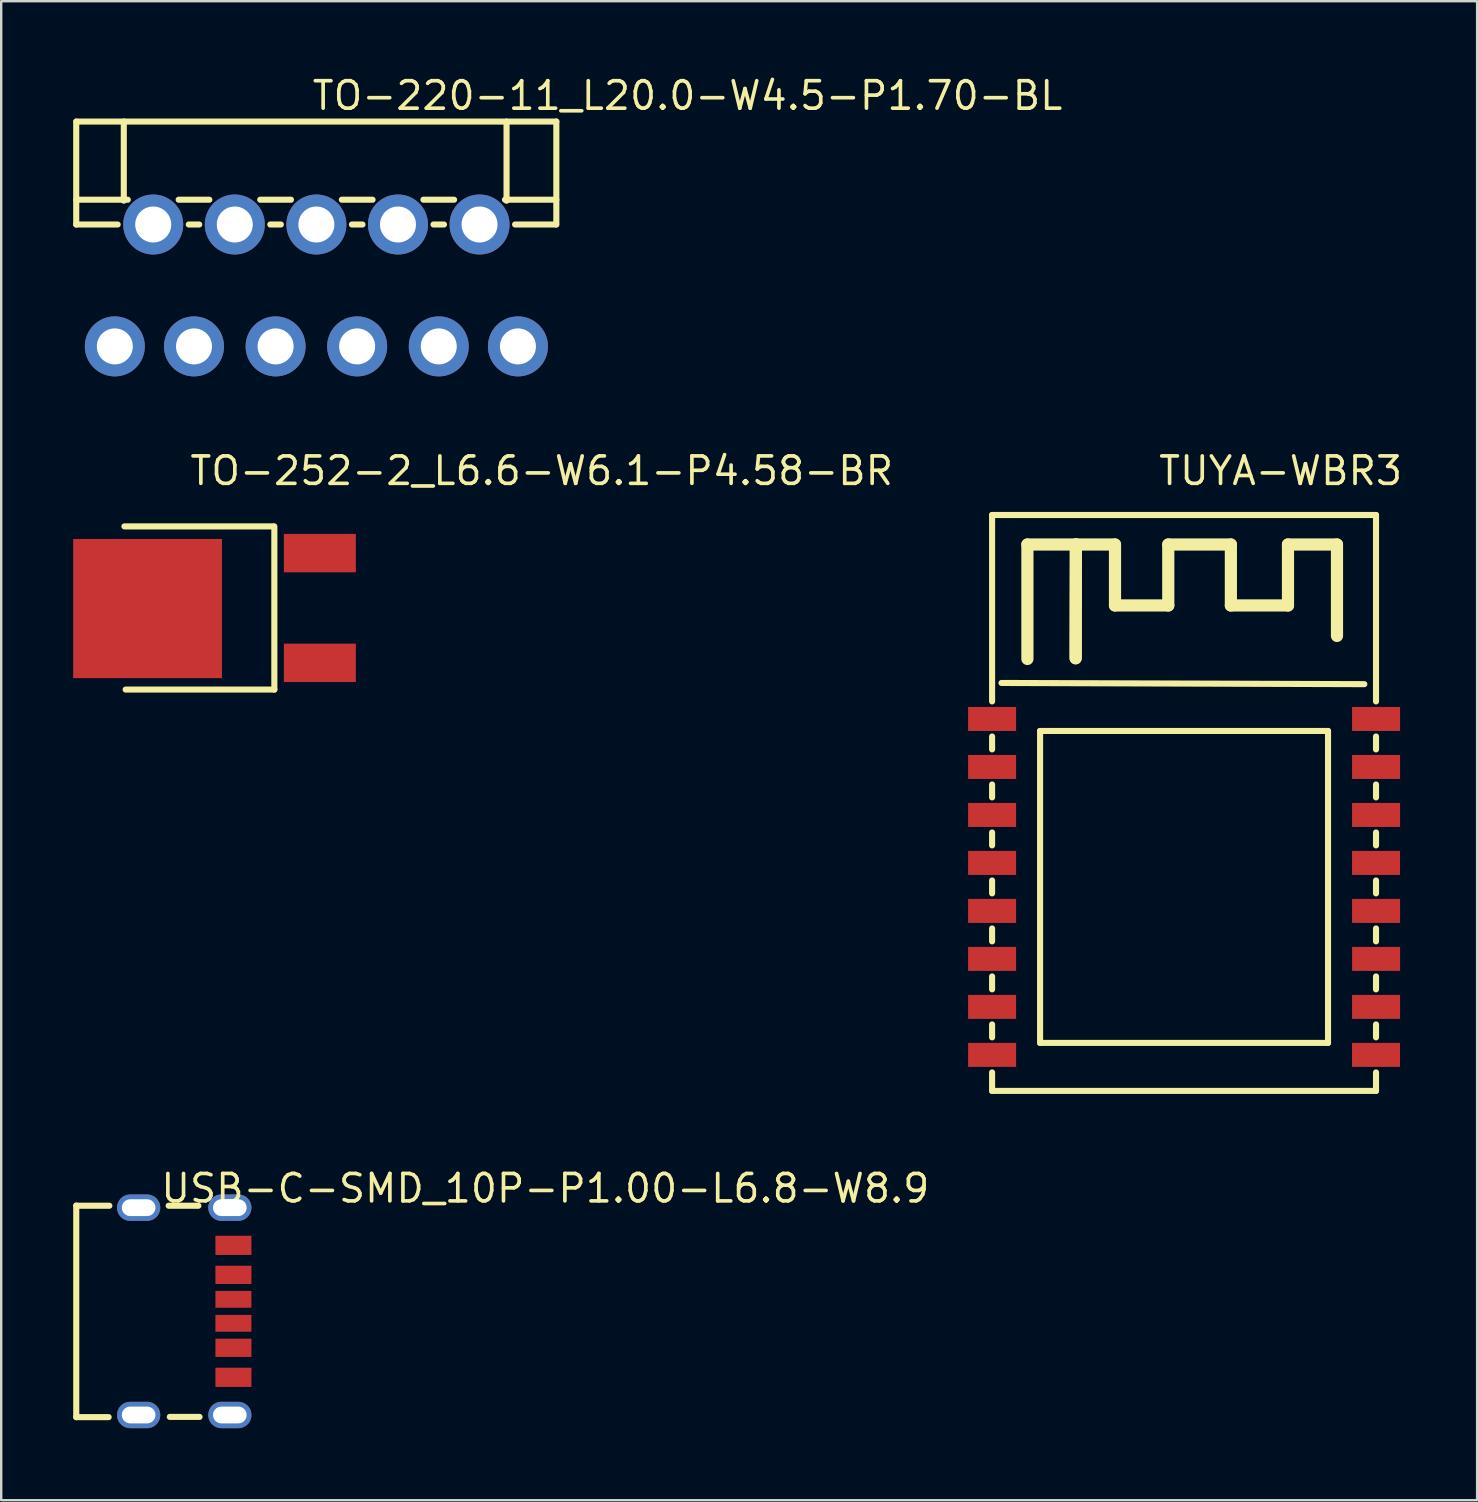
<source format=kicad_pcb>
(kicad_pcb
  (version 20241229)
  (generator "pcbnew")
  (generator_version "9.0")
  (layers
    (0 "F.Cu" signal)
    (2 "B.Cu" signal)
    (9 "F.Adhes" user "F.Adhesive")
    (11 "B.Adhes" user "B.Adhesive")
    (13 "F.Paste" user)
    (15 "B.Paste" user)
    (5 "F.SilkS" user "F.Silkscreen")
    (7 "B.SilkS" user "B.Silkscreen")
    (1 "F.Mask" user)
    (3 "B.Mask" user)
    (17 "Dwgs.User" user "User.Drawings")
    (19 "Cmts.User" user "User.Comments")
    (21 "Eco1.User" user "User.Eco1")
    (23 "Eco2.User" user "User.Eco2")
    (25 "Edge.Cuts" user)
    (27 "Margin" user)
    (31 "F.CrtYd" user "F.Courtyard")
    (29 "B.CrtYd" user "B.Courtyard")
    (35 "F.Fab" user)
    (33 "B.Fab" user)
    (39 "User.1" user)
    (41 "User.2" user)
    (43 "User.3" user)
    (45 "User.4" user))
  (footprint "TO-252-2_L6.6-W6.1-P4.58-BR"
    (layer "F.Cu")
    (at 6.69 22.287)
    (property "Reference" "TO-252-2_L6.6-W6.1-P4.58-BR" (at -1.905 -5.715 0) (layer "F.SilkS") (effects (font (size 1.143 1.143) (thickness 0.152)) (justify left)))
    (attr smd)
    (fp_line (start 1.642 -3.4) (end -4.555 -3.4) (stroke (width 0.254) (type solid)) (layer "F.SilkS"))
    (fp_line (start 1.693 -3.4) (end 1.693 3.4) (stroke (width 0.254) (type solid)) (layer "F.SilkS"))
    (fp_line (start 1.693 3.4) (end -4.504 3.4) (stroke (width 0.254) (type solid)) (layer "F.SilkS"))
    (pad "1" smd rect (at 3.59 2.286 90) (size 1.6 3) (layers "F.Cu" "F.Mask" "F.Paste"))
    (pad "2" smd rect (at -3.59 0.025 90) (size 5.8 6.2) (layers "F.Cu" "F.Mask" "F.Paste"))
    (pad "3" smd rect (at 3.59 -2.286 90) (size 1.6 3) (layers "F.Cu" "F.Mask" "F.Paste")))
  (footprint "TO-220-11_L20.0-W4.5-P1.70-BL"
    (layer "F.Cu")
    (at 10.135 8.846)
    (property "Reference" "TO-220-11_L20.0-W4.5-P1.70-BL" (at -0.254 -7.91 0) (layer "F.SilkS") (effects (font (size 1.143 1.143) (thickness 0.152)) (justify left)))
    (attr through_hole)
    (fp_line (start -10.008 -6.83) (end -10.008 -2.54) (stroke (width 0.254) (type solid)) (layer "F.SilkS"))
    (fp_line (start -10.008 -3.573) (end -7.86 -3.573) (stroke (width 0.254) (type solid)) (layer "F.SilkS"))
    (fp_line (start -10 -6.83) (end 10 -6.83) (stroke (width 0.254) (type solid)) (layer "F.SilkS"))
    (fp_line (start -8.281 -2.54) (end -10.008 -2.54) (stroke (width 0.254) (type solid)) (layer "F.SilkS"))
    (fp_line (start -8.026 -6.833) (end -8.026 -3.533) (stroke (width 0.254) (type solid)) (layer "F.SilkS"))
    (fp_line (start -5.739 -3.573) (end -4.461 -3.573) (stroke (width 0.254) (type solid)) (layer "F.SilkS"))
    (fp_line (start -4.882 -2.54) (end -5.318 -2.54) (stroke (width 0.254) (type solid)) (layer "F.SilkS"))
    (fp_line (start -2.341 -3.573) (end -1.06 -3.573) (stroke (width 0.254) (type solid)) (layer "F.SilkS"))
    (fp_line (start -1.481 -2.54) (end -1.92 -2.54) (stroke (width 0.254) (type solid)) (layer "F.SilkS"))
    (fp_line (start 1.06 -3.573) (end 2.341 -3.573) (stroke (width 0.254) (type solid)) (layer "F.SilkS"))
    (fp_line (start 1.92 -2.54) (end 1.481 -2.54) (stroke (width 0.254) (type solid)) (layer "F.SilkS"))
    (fp_line (start 4.461 -3.573) (end 5.739 -3.573) (stroke (width 0.254) (type solid)) (layer "F.SilkS"))
    (fp_line (start 5.318 -2.54) (end 4.882 -2.54) (stroke (width 0.254) (type solid)) (layer "F.SilkS"))
    (fp_line (start 7.86 -3.573) (end 10 -3.573) (stroke (width 0.254) (type solid)) (layer "F.SilkS"))
    (fp_line (start 7.925 -6.831) (end 7.925 -3.531) (stroke (width 0.254) (type solid)) (layer "F.SilkS"))
    (fp_line (start 9.992 -2.54) (end 8.281 -2.54) (stroke (width 0.254) (type solid)) (layer "F.SilkS"))
    (fp_line (start 10 -6.83) (end 10 -2.54) (stroke (width 0.254) (type solid)) (layer "F.SilkS"))
    (pad "1" thru_hole circle (at -8.4 2.54) (size 2.5 2.5) (drill 1.5) (layers "*.Cu" "*.Mask"))
    (pad "2" thru_hole circle (at -6.8 -2.54) (size 2.5 2.5) (drill 1.5) (layers "*.Cu" "*.Mask"))
    (pad "3" thru_hole circle (at -5.1 2.54) (size 2.5 2.5) (drill 1.5) (layers "*.Cu" "*.Mask"))
    (pad "4" thru_hole circle (at -3.401 -2.54) (size 2.5 2.5) (drill 1.5) (layers "*.Cu" "*.Mask"))
    (pad "5" thru_hole circle (at -1.699 2.54) (size 2.5 2.5) (drill 1.5) (layers "*.Cu" "*.Mask"))
    (pad "6" thru_hole circle (at 0 -2.54) (size 2.5 2.5) (drill 1.5) (layers "*.Cu" "*.Mask"))
    (pad "7" thru_hole circle (at 1.699 2.54) (size 2.5 2.5) (drill 1.5) (layers "*.Cu" "*.Mask"))
    (pad "8" thru_hole circle (at 3.401 -2.54) (size 2.5 2.5) (drill 1.5) (layers "*.Cu" "*.Mask"))
    (pad "9" thru_hole circle (at 5.1 2.54) (size 2.5 2.5) (drill 1.5) (layers "*.Cu" "*.Mask"))
    (pad "10" thru_hole circle (at 6.8 -2.54) (size 2.5 2.5) (drill 1.5) (layers "*.Cu" "*.Mask"))
    (pad "11" thru_hole circle (at 8.4 2.54) (size 2.5 2.5) (drill 1.5) (layers "*.Cu" "*.Mask")))
  (footprint "TUYA-WBR3"
    (layer "F.Cu")
    (at 46.257 31.072)
    (property "Reference" "TUYA-WBR3" (at -1.1 -14.5 0) (layer "F.SilkS") (effects (font (size 1.143 1.143) (thickness 0.152)) (justify left)))
    (attr smd)
    (fp_line (start -7.962 -12.66) (end 8.038 -12.66) (stroke (width 0.254) (type solid)) (layer "F.SilkS"))
    (fp_line (start -7.962 -4.891) (end -7.962 -12.66) (stroke (width 0.254) (type solid)) (layer "F.SilkS"))
    (fp_line (start -7.962 -2.891) (end -7.962 -3.429) (stroke (width 0.254) (type solid)) (layer "F.SilkS"))
    (fp_line (start -7.962 -0.891) (end -7.962 -1.429) (stroke (width 0.254) (type solid)) (layer "F.SilkS"))
    (fp_line (start -7.962 1.109) (end -7.962 0.571) (stroke (width 0.254) (type solid)) (layer "F.SilkS"))
    (fp_line (start -7.962 3.109) (end -7.962 2.571) (stroke (width 0.254) (type solid)) (layer "F.SilkS"))
    (fp_line (start -7.962 5.109) (end -7.962 4.571) (stroke (width 0.254) (type solid)) (layer "F.SilkS"))
    (fp_line (start -7.962 7.109) (end -7.962 6.571) (stroke (width 0.254) (type solid)) (layer "F.SilkS"))
    (fp_line (start -7.962 9.109) (end -7.962 8.571) (stroke (width 0.254) (type solid)) (layer "F.SilkS"))
    (fp_line (start -7.962 11.34) (end -7.962 10.571) (stroke (width 0.254) (type solid)) (layer "F.SilkS"))
    (fp_line (start -7.57 -5.66) (end 7.55 -5.61) (stroke (width 0.254) (type solid)) (layer "F.SilkS"))
    (fp_line (start -6.49 -11.43) (end -4.47 -11.43) (stroke (width 0.508) (type solid)) (layer "F.SilkS"))
    (fp_line (start -6.49 -6.66) (end -6.49 -11.43) (stroke (width 0.508) (type solid)) (layer "F.SilkS"))
    (fp_line (start -5.962 -3.66) (end -5.962 9.34) (stroke (width 0.254) (type solid)) (layer "F.SilkS"))
    (fp_line (start -5.962 9.34) (end 6.038 9.34) (stroke (width 0.254) (type solid)) (layer "F.SilkS"))
    (fp_line (start -4.48 -6.69) (end -4.47 -11.43) (stroke (width 0.508) (type solid)) (layer "F.SilkS"))
    (fp_line (start -4.47 -11.43) (end -4.48 -6.69) (stroke (width 0.508) (type solid)) (layer "F.SilkS"))
    (fp_line (start -4.47 -11.43) (end -2.84 -11.43) (stroke (width 0.508) (type solid)) (layer "F.SilkS"))
    (fp_line (start -2.84 -11.43) (end -2.84 -8.89) (stroke (width 0.508) (type solid)) (layer "F.SilkS"))
    (fp_line (start -2.84 -8.89) (end -0.62 -8.89) (stroke (width 0.508) (type solid)) (layer "F.SilkS"))
    (fp_line (start -0.62 -11.43) (end 1.989 -11.43) (stroke (width 0.508) (type solid)) (layer "F.SilkS"))
    (fp_line (start -0.62 -8.89) (end -0.62 -11.43) (stroke (width 0.508) (type solid)) (layer "F.SilkS"))
    (fp_line (start 1.989 -11.43) (end 1.989 -8.89) (stroke (width 0.508) (type solid)) (layer "F.SilkS"))
    (fp_line (start 1.989 -8.89) (end 4.369 -8.89) (stroke (width 0.508) (type solid)) (layer "F.SilkS"))
    (fp_line (start 4.369 -11.43) (end 6.411 -11.43) (stroke (width 0.508) (type solid)) (layer "F.SilkS"))
    (fp_line (start 4.369 -8.89) (end 4.369 -11.43) (stroke (width 0.508) (type solid)) (layer "F.SilkS"))
    (fp_line (start 6.038 -3.66) (end -5.962 -3.66) (stroke (width 0.254) (type solid)) (layer "F.SilkS"))
    (fp_line (start 6.038 9.34) (end 6.038 -3.66) (stroke (width 0.254) (type solid)) (layer "F.SilkS"))
    (fp_line (start 6.411 -11.43) (end 6.411 -7.62) (stroke (width 0.508) (type solid)) (layer "F.SilkS"))
    (fp_line (start 8.037 11.341) (end -7.962 11.34) (stroke (width 0.254) (type solid)) (layer "F.SilkS"))
    (fp_line (start 8.038 -12.66) (end 8.038 -4.891) (stroke (width 0.254) (type solid)) (layer "F.SilkS"))
    (fp_line (start 8.038 -3.429) (end 8.038 -2.891) (stroke (width 0.254) (type solid)) (layer "F.SilkS"))
    (fp_line (start 8.038 -1.429) (end 8.038 -0.891) (stroke (width 0.254) (type solid)) (layer "F.SilkS"))
    (fp_line (start 8.038 0.571) (end 8.038 1.109) (stroke (width 0.254) (type solid)) (layer "F.SilkS"))
    (fp_line (start 8.038 2.571) (end 8.038 3.109) (stroke (width 0.254) (type solid)) (layer "F.SilkS"))
    (fp_line (start 8.038 4.571) (end 8.038 5.109) (stroke (width 0.254) (type solid)) (layer "F.SilkS"))
    (fp_line (start 8.038 6.571) (end 8.038 7.109) (stroke (width 0.254) (type solid)) (layer "F.SilkS"))
    (fp_line (start 8.038 8.571) (end 8.038 9.109) (stroke (width 0.254) (type solid)) (layer "F.SilkS"))
    (fp_line (start 8.038 10.571) (end 8.038 11.34) (stroke (width 0.254) (type solid)) (layer "F.SilkS"))
    (pad "1" smd rect (at -7.962 -4.16) (size 2 1) (layers "F.Cu" "F.Mask" "F.Paste"))
    (pad "2" smd rect (at -7.962 -2.16) (size 2 1) (layers "F.Cu" "F.Mask" "F.Paste"))
    (pad "3" smd rect (at -7.962 -0.16) (size 2 1) (layers "F.Cu" "F.Mask" "F.Paste"))
    (pad "4" smd rect (at -7.962 1.84) (size 2 1) (layers "F.Cu" "F.Mask" "F.Paste"))
    (pad "5" smd rect (at -7.962 3.84) (size 2 1) (layers "F.Cu" "F.Mask" "F.Paste"))
    (pad "6" smd rect (at -7.962 5.84) (size 2 1) (layers "F.Cu" "F.Mask" "F.Paste"))
    (pad "7" smd rect (at -7.962 7.84) (size 2 1) (layers "F.Cu" "F.Mask" "F.Paste"))
    (pad "8" smd rect (at -7.961 9.84) (size 2 1) (layers "F.Cu" "F.Mask" "F.Paste"))
    (pad "9" smd rect (at 8.038 9.84 180) (size 2 1) (layers "F.Cu" "F.Mask" "F.Paste"))
    (pad "10" smd rect (at 8.04 7.84 180) (size 2 1) (layers "F.Cu" "F.Mask" "F.Paste"))
    (pad "11" smd rect (at 8.041 5.84 180) (size 2 1) (layers "F.Cu" "F.Mask" "F.Paste"))
    (pad "12" smd rect (at 8.04 3.84 180) (size 2 1) (layers "F.Cu" "F.Mask" "F.Paste"))
    (pad "13" smd rect (at 8.039 1.84 180) (size 2 1) (layers "F.Cu" "F.Mask" "F.Paste"))
    (pad "14" smd rect (at 8.04 -0.16 180) (size 2 1) (layers "F.Cu" "F.Mask" "F.Paste"))
    (pad "15" smd rect (at 8.04 -2.16 180) (size 2 1) (layers "F.Cu" "F.Mask" "F.Paste"))
    (pad "16" smd rect (at 8.04 -4.16 180) (size 2 1) (layers "F.Cu" "F.Mask" "F.Paste")))
  (footprint "USB-C-SMD_10P-P1.00-L6.8-W8.9"
    (layer "F.Cu")
    (at 4.703 51.599)
    (property "Reference" "USB-C-SMD_10P-P1.00-L6.8-W8.9" (at -1.13 -5.124 0) (layer "F.SilkS") (effects (font (size 1.143 1.143) (thickness 0.152)) (justify left)))
    (attr smd)
    (fp_line (start -4.576 4.409) (end -3.225 4.409) (stroke (width 0.254) (type solid)) (layer "F.SilkS"))
    (fp_line (start -4.575 -4.41) (end -4.575 4.41) (stroke (width 0.254) (type solid)) (layer "F.SilkS"))
    (fp_line (start -4.575 -4.4) (end -3.195 -4.4) (stroke (width 0.254) (type solid)) (layer "F.SilkS"))
    (fp_line (start 0.515 -4.4) (end -0.725 -4.4) (stroke (width 0.254) (type solid)) (layer "F.SilkS"))
    (fp_line (start 0.563 4.4) (end -0.677 4.4) (stroke (width 0.254) (type solid)) (layer "F.SilkS"))
    (pad "0" thru_hole oval (at -1.975 -4.32 270) (size 1.1 1.8) (drill oval 0.7 1.401) (layers "*.Cu" "*.Paste" "*.Mask"))
    (pad "0" thru_hole oval (at -1.975 4.32 270) (size 1.1 1.8) (drill oval 0.7 1.401) (layers "*.Cu" "*.Paste" "*.Mask"))
    (pad "0" thru_hole oval (at 1.825 -4.32 270) (size 1.1 1.8) (drill oval 0.7 1.401) (layers "*.Cu" "*.Paste" "*.Mask"))
    (pad "0" thru_hole oval (at 1.825 4.32 270) (size 1.1 1.8) (drill oval 0.7 1.401) (layers "*.Cu" "*.Paste" "*.Mask"))
    (pad "1" smd rect (at 1.975 -2.75 270) (size 0.8 1.5) (layers "F.Cu" "F.Mask" "F.Paste"))
    (pad "2" smd rect (at 1.975 -1.52 270) (size 0.76 1.5) (layers "F.Cu" "F.Mask" "F.Paste"))
    (pad "3" smd rect (at 1.975 -0.5 270) (size 0.7 1.5) (layers "F.Cu" "F.Mask" "F.Paste"))
    (pad "4" smd rect (at 1.975 0.5 270) (size 0.7 1.5) (layers "F.Cu" "F.Mask" "F.Paste"))
    (pad "5" smd rect (at 1.975 1.52 270) (size 0.76 1.5) (layers "F.Cu" "F.Mask" "F.Paste"))
    (pad "6" smd rect (at 1.975 2.75 270) (size 0.8 1.5) (layers "F.Cu" "F.Mask" "F.Paste")))
  (gr_rect
    (start -3 -3)
    (end 58.508 59.469)
    (stroke (width 0.1) (type default))
    (fill no)
    (layer "Edge.Cuts")))
</source>
